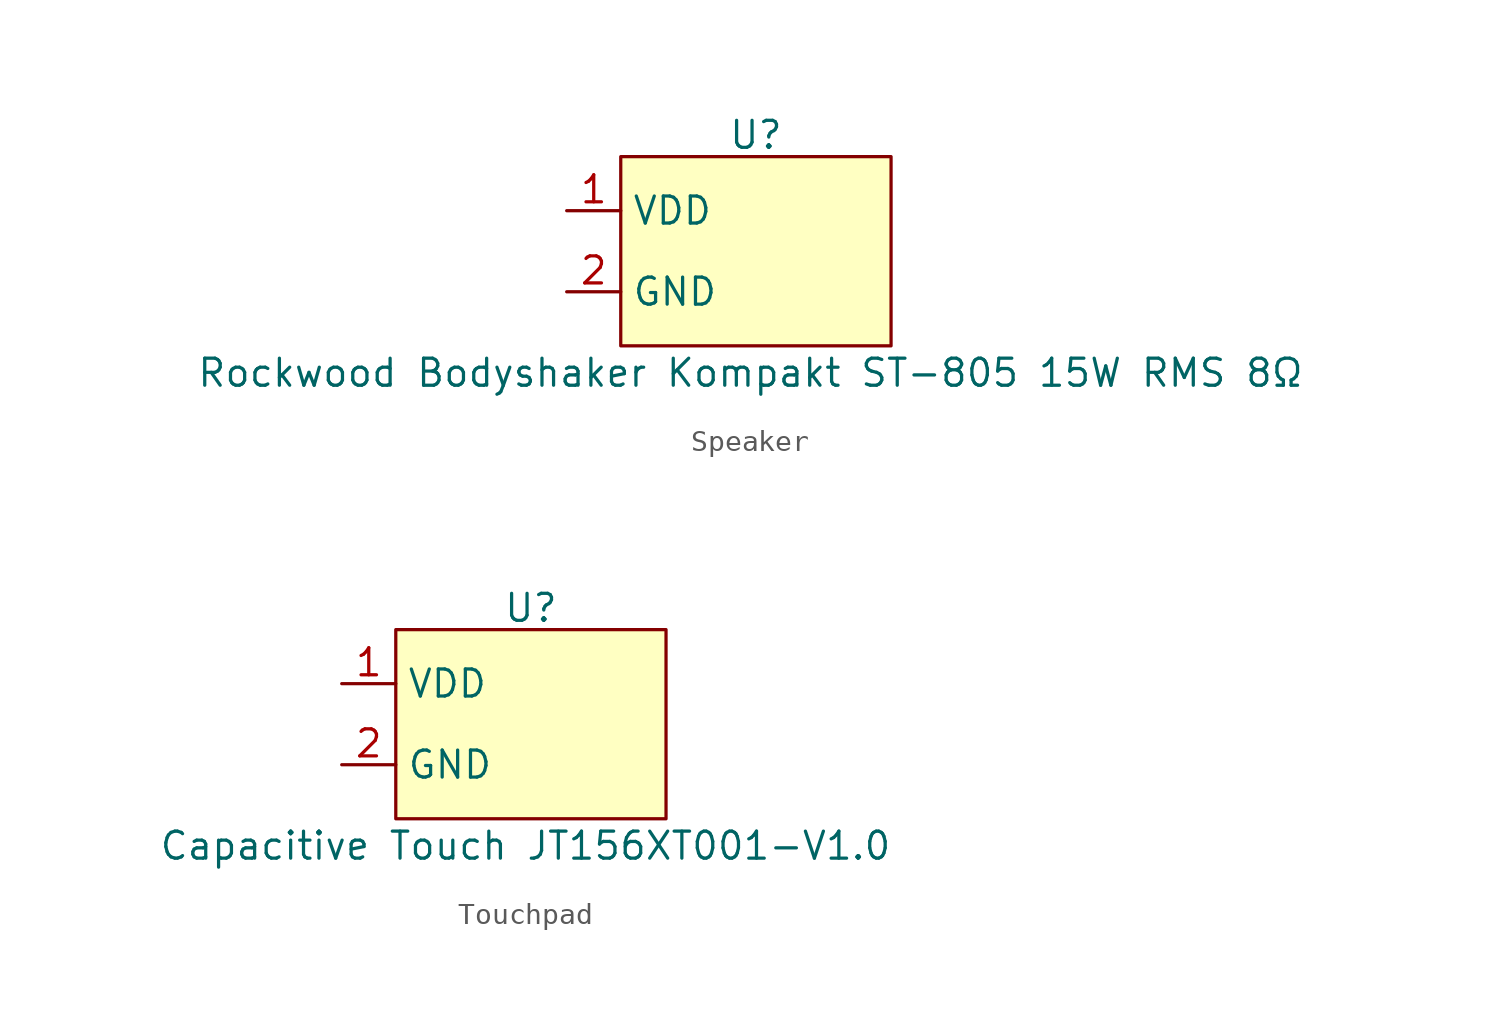
<source format=kicad_sym>
(kicad_symbol_lib
  (version 20231120)
  (generator "kicad_symbol_editor")
  (generator_version "8.0")
  (symbol "Speaker"
    (property "Reference" "U"
      (at 0 6.096 0)
      (effects (font (size 1.27 1.27))))
    (property "Value" "Rockwood Bodyshaker Kompakt ST-805 15W RMS 8Ω"
      (at -0.254 -5.08 0)
      (effects (font (size 1.27 1.27))))
    (symbol "Speaker_1_0"
      (pin power_in line (at -8.89 2.54 0) (length 2.54) (name "VDD" (effects (font (size 1.27 1.27)))) (number "1" (effects (font (size 1.27 1.27)))))
      (pin power_in line (at -8.89 -1.27 0) (length 2.54) (name "GND" (effects (font (size 1.27 1.27)))) (number "2" (effects (font (size 1.27 1.27))))))
    (symbol "Speaker_1_1"
      (rectangle (start -6.35 5.08) (end 6.35 -3.81) (stroke (width 0) (type default)) (fill (type background)))))
  (symbol "Touchpad"
    (property "Reference" "U"
      (at 0 6.096 0)
      (effects (font (size 1.27 1.27))))
    (property "Value" "Capacitive Touch JT156XT001-V1.0"
      (at -0.254 -5.08 0)
      (effects (font (size 1.27 1.27))))
    (symbol "Touchpad_1_0"
      (pin power_in line (at -8.89 2.54 0) (length 2.54) (name "VDD" (effects (font (size 1.27 1.27)))) (number "1" (effects (font (size 1.27 1.27)))))
      (pin power_in line (at -8.89 -1.27 0) (length 2.54) (name "GND" (effects (font (size 1.27 1.27)))) (number "2" (effects (font (size 1.27 1.27))))))
    (symbol "Touchpad_1_1"
      (rectangle (start -6.35 5.08) (end 6.35 -3.81) (stroke (width 0) (type default)) (fill (type background))))))
</source>
